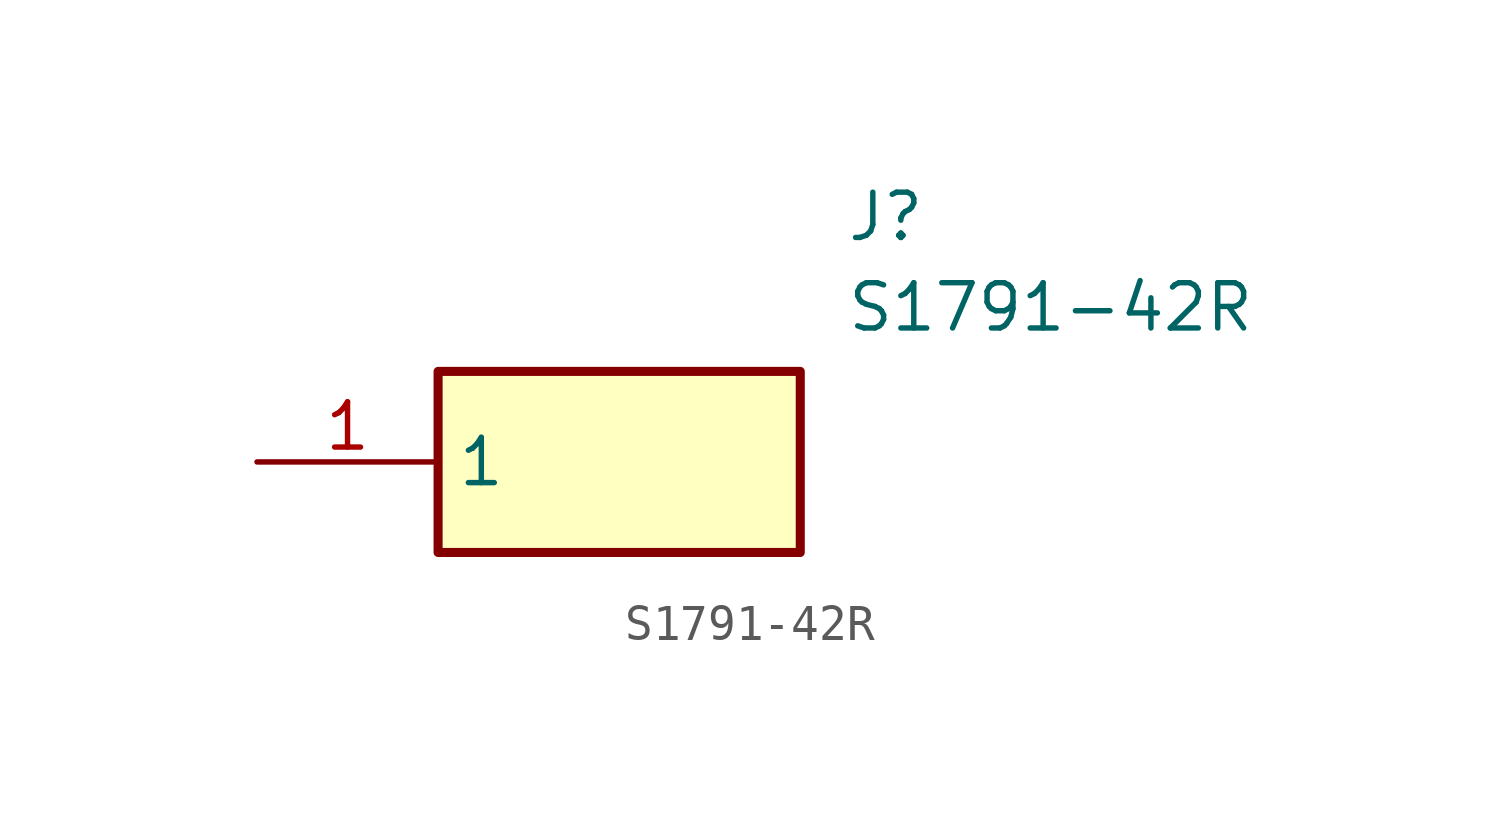
<source format=kicad_sym>
(kicad_symbol_lib
  (version 20211014)
  (generator SamacSys_ECAD_Model)
  (symbol "S1791-42R"
    (property "Reference" "J"
      (at 16.51 7.62 0)
      (effects (font (size 1.27 1.27)) (justify left top)))
    (property "Value" "S1791-42R"
      (at 16.51 5.08 0)
      (effects (font (size 1.27 1.27)) (justify left top)))
    (rectangle
      (start 5.08 2.54)
      (end 15.24 -2.54)
      (stroke (width 0.254) (type default))
      (fill (type background)))
    (pin passive line
      (at 0 0 0)
      (length 5.08)
      (name "1" (effects (font (size 1.27 1.27))))
      (number "1" (effects (font (size 1.27 1.27)))))))
</source>
